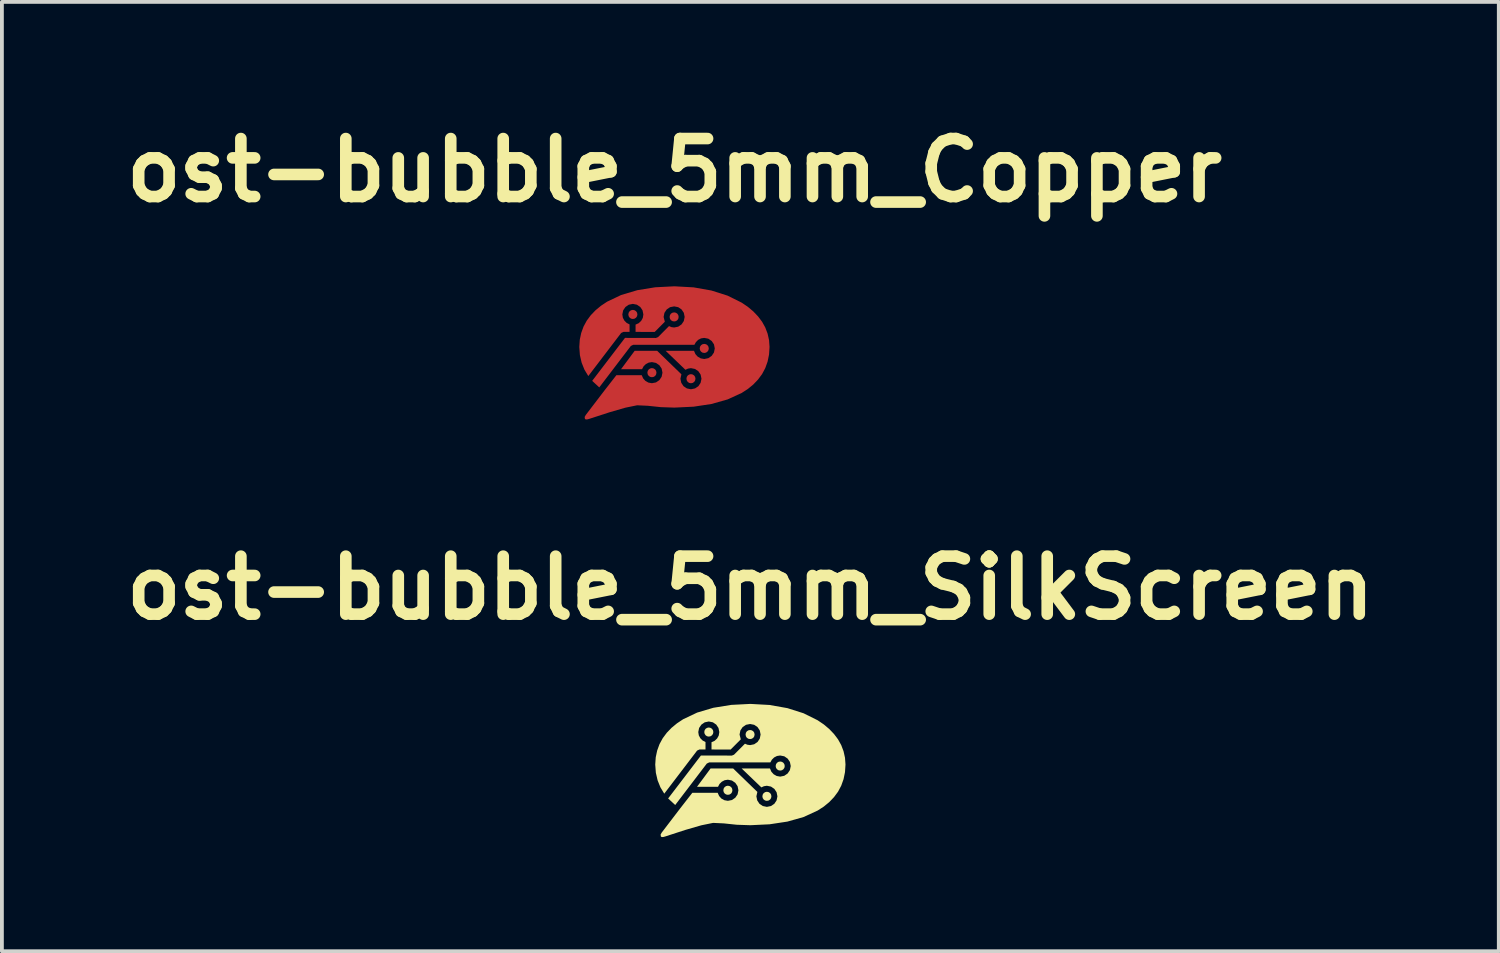
<source format=kicad_pcb>
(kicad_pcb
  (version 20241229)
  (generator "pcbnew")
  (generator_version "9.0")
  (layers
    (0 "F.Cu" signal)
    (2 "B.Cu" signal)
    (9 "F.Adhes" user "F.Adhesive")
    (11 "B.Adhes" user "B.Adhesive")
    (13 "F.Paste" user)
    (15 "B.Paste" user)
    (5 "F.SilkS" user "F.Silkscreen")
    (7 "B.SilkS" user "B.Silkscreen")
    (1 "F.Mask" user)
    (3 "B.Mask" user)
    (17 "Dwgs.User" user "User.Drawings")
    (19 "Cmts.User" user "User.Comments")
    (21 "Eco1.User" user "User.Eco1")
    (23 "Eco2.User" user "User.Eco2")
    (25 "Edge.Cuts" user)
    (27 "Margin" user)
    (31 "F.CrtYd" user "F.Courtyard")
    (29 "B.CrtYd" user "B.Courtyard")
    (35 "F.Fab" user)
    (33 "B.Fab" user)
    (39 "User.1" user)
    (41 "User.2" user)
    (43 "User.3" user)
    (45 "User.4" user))
  (footprint "ost-bubble_5mm_SilkScreen"
    (layer "F.Cu")
    (at 16.67 17.199)
    (property "Reference" "ost-bubble_5mm_SilkScreen" (at 0 -4.798 0) (layer "F.SilkS") (effects (font (size 1.524 1.524) (thickness 0.305))))
    (attr exclude_from_pos_files exclude_from_bom)
    (fp_poly (pts (xy -1.092 -1.13) (xy -1.139 -1.12) (xy -1.177 -1.095) (xy -1.202 -1.057) (xy -1.211 -1.01) (xy -1.202 -0.964) (xy -1.177 -0.926) (xy -1.139 -0.9) (xy -1.092 -0.891) (xy -1.045 -0.9) (xy -1.008 -0.926) (xy -0.982 -0.964) (xy -0.973 -1.01) (xy -0.982 -1.057) (xy -1.008 -1.095) (xy -1.045 -1.12) (xy -1.092 -1.13)) (stroke (width 0) (type solid)) (fill yes) (layer "F.SilkS"))
    (fp_poly (pts (xy -0.591 0.4) (xy -0.638 0.41) (xy -0.675 0.435) (xy -0.701 0.473) (xy -0.71 0.52) (xy -0.701 0.567) (xy -0.675 0.605) (xy -0.638 0.63) (xy -0.591 0.639) (xy -0.544 0.63) (xy -0.506 0.605) (xy -0.481 0.567) (xy -0.472 0.52) (xy -0.481 0.473) (xy -0.506 0.435) (xy -0.544 0.41) (xy -0.591 0.4)) (stroke (width 0) (type solid)) (fill yes) (layer "F.SilkS"))
    (fp_poly (pts (xy -0.007 -1.064) (xy -0.054 -1.055) (xy -0.092 -1.03) (xy -0.117 -0.992) (xy -0.126 -0.945) (xy -0.117 -0.898) (xy -0.092 -0.86) (xy -0.054 -0.835) (xy -0.007 -0.826) (xy 0.039 -0.835) (xy 0.077 -0.86) (xy 0.102 -0.898) (xy 0.111 -0.945) (xy 0.102 -0.992) (xy 0.077 -1.03) (xy 0.039 -1.055) (xy -0.007 -1.064)) (stroke (width 0) (type solid)) (fill yes) (layer "F.SilkS"))
    (fp_poly (pts (xy 0.434 0.559) (xy 0.388 0.569) (xy 0.35 0.594) (xy 0.325 0.632) (xy 0.316 0.679) (xy 0.325 0.725) (xy 0.35 0.763) (xy 0.388 0.789) (xy 0.434 0.798) (xy 0.481 0.789) (xy 0.519 0.763) (xy 0.544 0.725) (xy 0.553 0.679) (xy 0.544 0.632) (xy 0.519 0.594) (xy 0.481 0.569) (xy 0.434 0.559)) (stroke (width 0) (type solid)) (fill yes) (layer "F.SilkS"))
    (fp_poly (pts (xy 0.784 -0.236) (xy 0.737 -0.227) (xy 0.7 -0.202) (xy 0.674 -0.164) (xy 0.665 -0.117) (xy 0.674 -0.07) (xy 0.7 -0.033) (xy 0.737 -0.007) (xy 0.784 0.002) (xy 0.831 -0.007) (xy 0.868 -0.033) (xy 0.894 -0.07) (xy 0.903 -0.117) (xy 0.894 -0.164) (xy 0.868 -0.202) (xy 0.831 -0.227) (xy 0.784 -0.236)) (stroke (width 0) (type solid)) (fill yes) (layer "F.SilkS"))
    (fp_poly (pts (xy -0.00004 -1.75) (xy -0.504 -1.724) (xy -0.973 -1.648) (xy -1.398 -1.522) (xy -1.768 -1.346) (xy -1.929 -1.239) (xy -2.073 -1.12) (xy -2.198 -0.99) (xy -2.304 -0.847) (xy -2.388 -0.692) (xy -2.449 -0.525) (xy -2.487 -0.347) (xy -2.5 -0.156) (xy -2.484 0.059) (xy -2.438 0.258) (xy -2.364 0.442) (xy -2.263 0.609) (xy -1.4 -0.523) (xy -1.337 -0.553) (xy -1.179 -0.553) (xy -1.179 -0.748) (xy -1.255 -0.788) (xy -1.315 -0.848) (xy -1.355 -0.923) (xy -1.369 -1.01) (xy -1.347 -1.118) (xy -1.287 -1.206) (xy -1.199 -1.266) (xy -1.092 -1.288) (xy -0.985 -1.266) (xy -0.897 -1.206) (xy -0.838 -1.118) (xy -0.816 -1.01) (xy -0.831 -0.919) (xy -0.874 -0.841) (xy -0.939 -0.78) (xy -1.021 -0.743) (xy -1.021 -0.552) (xy -0.519 -0.55) (xy -0.252 -0.818) (xy -0.284 -0.945) (xy -0.262 -1.053) (xy -0.203 -1.141) (xy -0.115 -1.201) (xy -0.007 -1.222) (xy 0.1 -1.201) (xy 0.188 -1.141) (xy 0.247 -1.053) (xy 0.269 -0.945) (xy 0.247 -0.837) (xy 0.188 -0.749) (xy 0.1 -0.689) (xy -0.007 -0.667) (xy -0.078 -0.677) (xy -0.142 -0.704) (xy -0.43 -0.415) (xy -0.486 -0.392) (xy -1.299 -0.394) (xy -2.161 0.735) (xy -1.975 0.907) (xy -1.145 -0.182) (xy -1.083 -0.212) (xy 0.525 -0.212) (xy 0.566 -0.285) (xy 0.625 -0.343) (xy 0.699 -0.381) (xy 0.784 -0.394) (xy 0.891 -0.373) (xy 0.979 -0.313) (xy 1.039 -0.225) (xy 1.061 -0.117) (xy 1.039 -0.01) (xy 0.979 0.079) (xy 0.891 0.139) (xy 0.784 0.161) (xy 0.691 0.144) (xy 0.612 0.099) (xy 0.551 0.031) (xy 0.515 -0.054) (xy -0.23 -0.054) (xy 0.289 0.444) (xy 0.357 0.413) (xy 0.434 0.401) (xy 0.542 0.423) (xy 0.63 0.483) (xy 0.689 0.571) (xy 0.711 0.679) (xy 0.689 0.786) (xy 0.63 0.875) (xy 0.542 0.934) (xy 0.434 0.956) (xy 0.327 0.934) (xy 0.239 0.875) (xy 0.18 0.786) (xy 0.158 0.679) (xy 0.184 0.563) (xy -0.453 -0.054) (xy -1.045 -0.054) (xy -1.402 0.428) (xy -0.85 0.428) (xy -0.811 0.354) (xy -0.751 0.295) (xy -0.677 0.256) (xy -0.591 0.242) (xy -0.484 0.264) (xy -0.396 0.324) (xy -0.336 0.412) (xy -0.314 0.52) (xy -0.336 0.628) (xy -0.396 0.716) (xy -0.484 0.776) (xy -0.591 0.797) (xy -0.683 0.781) (xy -0.762 0.737) (xy -0.822 0.67) (xy -0.859 0.586) (xy -1.525 0.586) (xy -1.846 0.998) (xy -2.33 1.632) (xy -2.359 1.684) (xy -2.351 1.738) (xy -2.323 1.75) (xy -2.285 1.747) (xy -2.238 1.734) (xy -1.709 1.562) (xy -1.288 1.44) (xy -0.979 1.377) (xy -0.698 1.39) (xy -0.357 1.426) (xy -0.000028 1.438) (xy 0.504 1.414) (xy 0.973 1.343) (xy 1.398 1.223) (xy 1.768 1.053) (xy 1.929 0.949) (xy 2.073 0.831) (xy 2.198 0.7) (xy 2.304 0.557) (xy 2.388 0.399) (xy 2.449 0.228) (xy 2.487 0.043) (xy 2.5 -0.156) (xy 2.487 -0.335) (xy 2.449 -0.506) (xy 2.388 -0.667) (xy 2.304 -0.818) (xy 2.198 -0.959) (xy 2.073 -1.09) (xy 1.929 -1.211) (xy 1.768 -1.32) (xy 1.398 -1.504) (xy 0.973 -1.639) (xy 0.504 -1.722) (xy -0.000028 -1.75) (xy -0.00004 -1.75)) (stroke (width 0) (type solid)) (fill yes) (layer "F.SilkS")))
  (footprint "ost-bubble_5mm_Copper"
    (layer "F.Cu")
    (at 14.674 6.224)
    (property "Reference" "ost-bubble_5mm_Copper" (at 0 -4.798 0) (layer "F.SilkS") (effects (font (size 1.524 1.524) (thickness 0.305))))
    (attr exclude_from_pos_files exclude_from_bom)
    (fp_poly (pts (xy -1.092 -1.13) (xy -1.139 -1.12) (xy -1.177 -1.095) (xy -1.202 -1.057) (xy -1.211 -1.01) (xy -1.202 -0.964) (xy -1.177 -0.926) (xy -1.139 -0.9) (xy -1.092 -0.891) (xy -1.045 -0.9) (xy -1.008 -0.926) (xy -0.982 -0.964) (xy -0.973 -1.01) (xy -0.982 -1.057) (xy -1.008 -1.095) (xy -1.045 -1.12) (xy -1.092 -1.13)) (stroke (width 0) (type solid)) (fill yes) (layer "F.Cu"))
    (fp_poly (pts (xy -0.591 0.4) (xy -0.638 0.41) (xy -0.675 0.435) (xy -0.701 0.473) (xy -0.71 0.52) (xy -0.701 0.567) (xy -0.675 0.605) (xy -0.638 0.63) (xy -0.591 0.639) (xy -0.544 0.63) (xy -0.506 0.605) (xy -0.481 0.567) (xy -0.472 0.52) (xy -0.481 0.473) (xy -0.506 0.435) (xy -0.544 0.41) (xy -0.591 0.4)) (stroke (width 0) (type solid)) (fill yes) (layer "F.Cu"))
    (fp_poly (pts (xy -0.007 -1.064) (xy -0.054 -1.055) (xy -0.092 -1.03) (xy -0.117 -0.992) (xy -0.126 -0.945) (xy -0.117 -0.898) (xy -0.092 -0.86) (xy -0.054 -0.835) (xy -0.007 -0.826) (xy 0.039 -0.835) (xy 0.077 -0.86) (xy 0.102 -0.898) (xy 0.111 -0.945) (xy 0.102 -0.992) (xy 0.077 -1.03) (xy 0.039 -1.055) (xy -0.007 -1.064)) (stroke (width 0) (type solid)) (fill yes) (layer "F.Cu"))
    (fp_poly (pts (xy 0.434 0.559) (xy 0.388 0.569) (xy 0.35 0.594) (xy 0.325 0.632) (xy 0.316 0.679) (xy 0.325 0.725) (xy 0.35 0.763) (xy 0.388 0.789) (xy 0.434 0.798) (xy 0.481 0.789) (xy 0.519 0.763) (xy 0.544 0.725) (xy 0.553 0.679) (xy 0.544 0.632) (xy 0.519 0.594) (xy 0.481 0.569) (xy 0.434 0.559)) (stroke (width 0) (type solid)) (fill yes) (layer "F.Cu"))
    (fp_poly (pts (xy 0.784 -0.236) (xy 0.737 -0.227) (xy 0.7 -0.202) (xy 0.674 -0.164) (xy 0.665 -0.117) (xy 0.674 -0.07) (xy 0.7 -0.033) (xy 0.737 -0.007) (xy 0.784 0.002) (xy 0.831 -0.007) (xy 0.868 -0.033) (xy 0.894 -0.07) (xy 0.903 -0.117) (xy 0.894 -0.164) (xy 0.868 -0.202) (xy 0.831 -0.227) (xy 0.784 -0.236)) (stroke (width 0) (type solid)) (fill yes) (layer "F.Cu"))
    (fp_poly (pts (xy -0.00004 -1.75) (xy -0.504 -1.724) (xy -0.973 -1.648) (xy -1.398 -1.522) (xy -1.768 -1.346) (xy -1.929 -1.239) (xy -2.073 -1.12) (xy -2.198 -0.99) (xy -2.304 -0.847) (xy -2.388 -0.692) (xy -2.449 -0.525) (xy -2.487 -0.347) (xy -2.5 -0.156) (xy -2.484 0.059) (xy -2.438 0.258) (xy -2.364 0.442) (xy -2.263 0.609) (xy -1.4 -0.523) (xy -1.337 -0.553) (xy -1.179 -0.553) (xy -1.179 -0.748) (xy -1.255 -0.788) (xy -1.315 -0.848) (xy -1.355 -0.923) (xy -1.369 -1.01) (xy -1.347 -1.118) (xy -1.287 -1.206) (xy -1.199 -1.266) (xy -1.092 -1.288) (xy -0.985 -1.266) (xy -0.897 -1.206) (xy -0.838 -1.118) (xy -0.816 -1.01) (xy -0.831 -0.919) (xy -0.874 -0.841) (xy -0.939 -0.78) (xy -1.021 -0.743) (xy -1.021 -0.552) (xy -0.519 -0.55) (xy -0.252 -0.818) (xy -0.284 -0.945) (xy -0.262 -1.053) (xy -0.203 -1.141) (xy -0.115 -1.201) (xy -0.007 -1.222) (xy 0.1 -1.201) (xy 0.188 -1.141) (xy 0.247 -1.053) (xy 0.269 -0.945) (xy 0.247 -0.837) (xy 0.188 -0.749) (xy 0.1 -0.689) (xy -0.007 -0.667) (xy -0.078 -0.677) (xy -0.142 -0.704) (xy -0.43 -0.415) (xy -0.486 -0.392) (xy -1.299 -0.394) (xy -2.161 0.735) (xy -1.975 0.907) (xy -1.145 -0.182) (xy -1.083 -0.212) (xy 0.525 -0.212) (xy 0.566 -0.285) (xy 0.625 -0.343) (xy 0.699 -0.381) (xy 0.784 -0.394) (xy 0.891 -0.373) (xy 0.979 -0.313) (xy 1.039 -0.225) (xy 1.061 -0.117) (xy 1.039 -0.01) (xy 0.979 0.079) (xy 0.891 0.139) (xy 0.784 0.161) (xy 0.691 0.144) (xy 0.612 0.099) (xy 0.551 0.031) (xy 0.515 -0.054) (xy -0.23 -0.054) (xy 0.289 0.444) (xy 0.357 0.413) (xy 0.434 0.401) (xy 0.542 0.423) (xy 0.63 0.483) (xy 0.689 0.571) (xy 0.711 0.679) (xy 0.689 0.786) (xy 0.63 0.875) (xy 0.542 0.934) (xy 0.434 0.956) (xy 0.327 0.934) (xy 0.239 0.875) (xy 0.18 0.786) (xy 0.158 0.679) (xy 0.184 0.563) (xy -0.453 -0.054) (xy -1.045 -0.054) (xy -1.402 0.428) (xy -0.85 0.428) (xy -0.811 0.354) (xy -0.751 0.295) (xy -0.677 0.256) (xy -0.591 0.242) (xy -0.484 0.264) (xy -0.396 0.324) (xy -0.336 0.412) (xy -0.314 0.52) (xy -0.336 0.628) (xy -0.396 0.716) (xy -0.484 0.776) (xy -0.591 0.797) (xy -0.683 0.781) (xy -0.762 0.737) (xy -0.822 0.67) (xy -0.859 0.586) (xy -1.525 0.586) (xy -1.846 0.998) (xy -2.33 1.632) (xy -2.359 1.684) (xy -2.351 1.738) (xy -2.323 1.75) (xy -2.285 1.747) (xy -2.238 1.734) (xy -1.709 1.562) (xy -1.288 1.44) (xy -0.979 1.377) (xy -0.698 1.39) (xy -0.357 1.426) (xy -0.000028 1.438) (xy 0.504 1.414) (xy 0.973 1.343) (xy 1.398 1.223) (xy 1.768 1.053) (xy 1.929 0.949) (xy 2.073 0.831) (xy 2.198 0.7) (xy 2.304 0.557) (xy 2.388 0.399) (xy 2.449 0.228) (xy 2.487 0.043) (xy 2.5 -0.156) (xy 2.487 -0.335) (xy 2.449 -0.506) (xy 2.388 -0.667) (xy 2.304 -0.818) (xy 2.198 -0.959) (xy 2.073 -1.09) (xy 1.929 -1.211) (xy 1.768 -1.32) (xy 1.398 -1.504) (xy 0.973 -1.639) (xy 0.504 -1.722) (xy -0.000028 -1.75) (xy -0.00004 -1.75)) (stroke (width 0) (type solid)) (fill yes) (layer "F.Cu")))
  (gr_rect
    (start -3 -3)
    (end 36.339 21.949)
    (stroke (width 0.1) (type default))
    (fill no)
    (layer "Edge.Cuts")))
</source>
